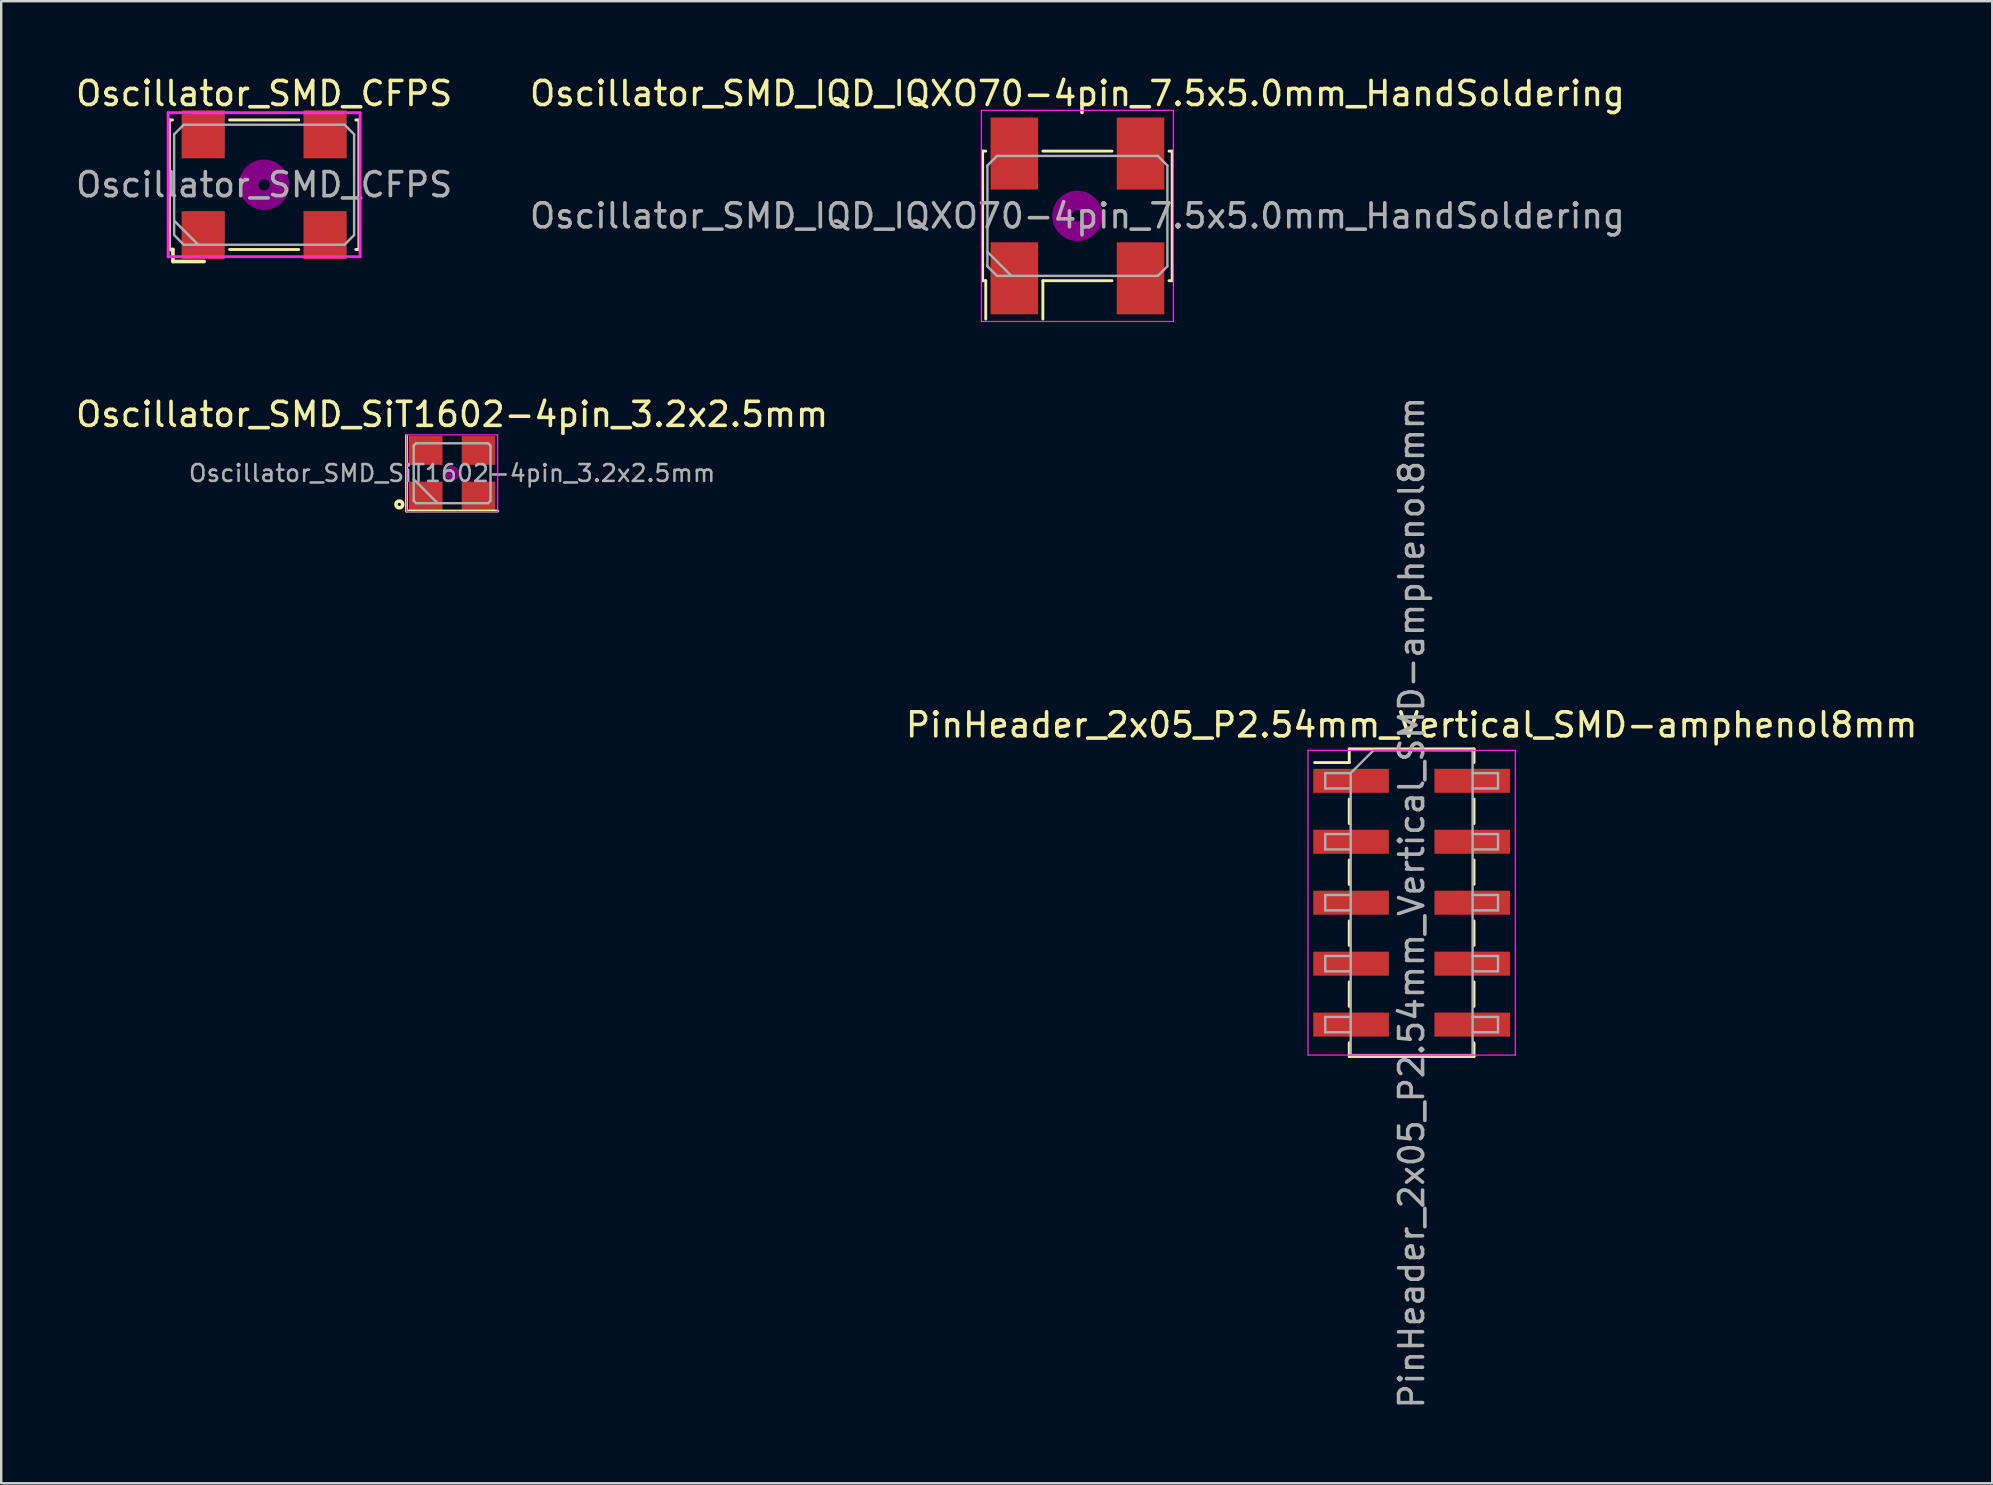
<source format=kicad_pcb>
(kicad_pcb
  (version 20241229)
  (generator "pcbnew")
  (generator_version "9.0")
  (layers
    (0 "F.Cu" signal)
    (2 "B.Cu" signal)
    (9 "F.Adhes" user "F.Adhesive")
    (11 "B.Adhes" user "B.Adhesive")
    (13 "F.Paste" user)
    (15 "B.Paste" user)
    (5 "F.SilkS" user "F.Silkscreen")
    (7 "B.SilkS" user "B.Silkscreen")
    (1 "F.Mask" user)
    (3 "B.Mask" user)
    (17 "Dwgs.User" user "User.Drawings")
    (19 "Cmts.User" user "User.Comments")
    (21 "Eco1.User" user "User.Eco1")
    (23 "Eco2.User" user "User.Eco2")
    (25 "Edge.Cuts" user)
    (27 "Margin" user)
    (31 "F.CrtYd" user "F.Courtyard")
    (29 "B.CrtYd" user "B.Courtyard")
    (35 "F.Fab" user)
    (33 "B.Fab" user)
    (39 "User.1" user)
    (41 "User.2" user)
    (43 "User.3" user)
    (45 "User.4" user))
  (footprint "PinHeader_2x05_P2.54mm_Vertical_SMD-amphenol8mm"
    (layer "F.Cu")
    (at 55.78 34.57)
    (property "Reference" "PinHeader_2x05_P2.54mm_Vertical_SMD-amphenol8mm" (at 0 -7.41 0) (layer "F.SilkS") (effects (font (size 1 1) (thickness 0.15))))
    (attr smd)
    (fp_line (start -4.04 -5.84) (end -2.6 -5.84) (stroke (width 0.12) (type solid)) (layer "F.SilkS"))
    (fp_line (start -2.6 -6.41) (end -2.6 -5.84) (stroke (width 0.12) (type solid)) (layer "F.SilkS"))
    (fp_line (start -2.6 -6.41) (end 2.6 -6.41) (stroke (width 0.12) (type solid)) (layer "F.SilkS"))
    (fp_line (start -2.6 -4.32) (end -2.6 -3.3) (stroke (width 0.12) (type solid)) (layer "F.SilkS"))
    (fp_line (start -2.6 -1.78) (end -2.6 -0.76) (stroke (width 0.12) (type solid)) (layer "F.SilkS"))
    (fp_line (start -2.6 0.76) (end -2.6 1.78) (stroke (width 0.12) (type solid)) (layer "F.SilkS"))
    (fp_line (start -2.6 3.3) (end -2.6 4.32) (stroke (width 0.12) (type solid)) (layer "F.SilkS"))
    (fp_line (start -2.6 5.84) (end -2.6 6.41) (stroke (width 0.12) (type solid)) (layer "F.SilkS"))
    (fp_line (start -2.6 6.41) (end 2.6 6.41) (stroke (width 0.12) (type solid)) (layer "F.SilkS"))
    (fp_line (start 2.6 -6.41) (end 2.6 -5.84) (stroke (width 0.12) (type solid)) (layer "F.SilkS"))
    (fp_line (start 2.6 -4.32) (end 2.6 -3.3) (stroke (width 0.12) (type solid)) (layer "F.SilkS"))
    (fp_line (start 2.6 -1.78) (end 2.6 -0.76) (stroke (width 0.12) (type solid)) (layer "F.SilkS"))
    (fp_line (start 2.6 0.76) (end 2.6 1.78) (stroke (width 0.12) (type solid)) (layer "F.SilkS"))
    (fp_line (start 2.6 3.3) (end 2.6 4.32) (stroke (width 0.12) (type solid)) (layer "F.SilkS"))
    (fp_line (start 2.6 5.84) (end 2.6 6.41) (stroke (width 0.12) (type solid)) (layer "F.SilkS"))
    (fp_line (start -4.318 -6.35) (end 4.318 -6.35) (stroke (width 0.05) (type solid)) (layer "F.CrtYd"))
    (fp_line (start -4.318 6.35) (end -4.318 -6.35) (stroke (width 0.05) (type solid)) (layer "F.CrtYd"))
    (fp_line (start 4.318 -6.35) (end 4.318 6.35) (stroke (width 0.05) (type solid)) (layer "F.CrtYd"))
    (fp_line (start 4.318 6.35) (end -4.318 6.35) (stroke (width 0.05) (type solid)) (layer "F.CrtYd"))
    (fp_line (start -3.6 -5.4) (end -3.6 -4.76) (stroke (width 0.1) (type solid)) (layer "F.Fab"))
    (fp_line (start -3.6 -4.76) (end -2.54 -4.76) (stroke (width 0.1) (type solid)) (layer "F.Fab"))
    (fp_line (start -3.6 -2.86) (end -3.6 -2.22) (stroke (width 0.1) (type solid)) (layer "F.Fab"))
    (fp_line (start -3.6 -2.22) (end -2.54 -2.22) (stroke (width 0.1) (type solid)) (layer "F.Fab"))
    (fp_line (start -3.6 -0.32) (end -3.6 0.32) (stroke (width 0.1) (type solid)) (layer "F.Fab"))
    (fp_line (start -3.6 0.32) (end -2.54 0.32) (stroke (width 0.1) (type solid)) (layer "F.Fab"))
    (fp_line (start -3.6 2.22) (end -3.6 2.86) (stroke (width 0.1) (type solid)) (layer "F.Fab"))
    (fp_line (start -3.6 2.86) (end -2.54 2.86) (stroke (width 0.1) (type solid)) (layer "F.Fab"))
    (fp_line (start -3.6 4.76) (end -3.6 5.4) (stroke (width 0.1) (type solid)) (layer "F.Fab"))
    (fp_line (start -3.6 5.4) (end -2.54 5.4) (stroke (width 0.1) (type solid)) (layer "F.Fab"))
    (fp_line (start -2.54 -5.4) (end -3.6 -5.4) (stroke (width 0.1) (type solid)) (layer "F.Fab"))
    (fp_line (start -2.54 -5.4) (end -1.59 -6.35) (stroke (width 0.1) (type solid)) (layer "F.Fab"))
    (fp_line (start -2.54 -2.86) (end -3.6 -2.86) (stroke (width 0.1) (type solid)) (layer "F.Fab"))
    (fp_line (start -2.54 -0.32) (end -3.6 -0.32) (stroke (width 0.1) (type solid)) (layer "F.Fab"))
    (fp_line (start -2.54 2.22) (end -3.6 2.22) (stroke (width 0.1) (type solid)) (layer "F.Fab"))
    (fp_line (start -2.54 4.76) (end -3.6 4.76) (stroke (width 0.1) (type solid)) (layer "F.Fab"))
    (fp_line (start -2.54 6.35) (end -2.54 -5.4) (stroke (width 0.1) (type solid)) (layer "F.Fab"))
    (fp_line (start -1.59 -6.35) (end 2.54 -6.35) (stroke (width 0.1) (type solid)) (layer "F.Fab"))
    (fp_line (start 2.54 -6.35) (end 2.54 6.35) (stroke (width 0.1) (type solid)) (layer "F.Fab"))
    (fp_line (start 2.54 -5.4) (end 3.6 -5.4) (stroke (width 0.1) (type solid)) (layer "F.Fab"))
    (fp_line (start 2.54 -2.86) (end 3.6 -2.86) (stroke (width 0.1) (type solid)) (layer "F.Fab"))
    (fp_line (start 2.54 -0.32) (end 3.6 -0.32) (stroke (width 0.1) (type solid)) (layer "F.Fab"))
    (fp_line (start 2.54 2.22) (end 3.6 2.22) (stroke (width 0.1) (type solid)) (layer "F.Fab"))
    (fp_line (start 2.54 4.76) (end 3.6 4.76) (stroke (width 0.1) (type solid)) (layer "F.Fab"))
    (fp_line (start 2.54 6.35) (end -2.54 6.35) (stroke (width 0.1) (type solid)) (layer "F.Fab"))
    (fp_line (start 3.6 -5.4) (end 3.6 -4.76) (stroke (width 0.1) (type solid)) (layer "F.Fab"))
    (fp_line (start 3.6 -4.76) (end 2.54 -4.76) (stroke (width 0.1) (type solid)) (layer "F.Fab"))
    (fp_line (start 3.6 -2.86) (end 3.6 -2.22) (stroke (width 0.1) (type solid)) (layer "F.Fab"))
    (fp_line (start 3.6 -2.22) (end 2.54 -2.22) (stroke (width 0.1) (type solid)) (layer "F.Fab"))
    (fp_line (start 3.6 -0.32) (end 3.6 0.32) (stroke (width 0.1) (type solid)) (layer "F.Fab"))
    (fp_line (start 3.6 0.32) (end 2.54 0.32) (stroke (width 0.1) (type solid)) (layer "F.Fab"))
    (fp_line (start 3.6 2.22) (end 3.6 2.86) (stroke (width 0.1) (type solid)) (layer "F.Fab"))
    (fp_line (start 3.6 2.86) (end 2.54 2.86) (stroke (width 0.1) (type solid)) (layer "F.Fab"))
    (fp_line (start 3.6 4.76) (end 3.6 5.4) (stroke (width 0.1) (type solid)) (layer "F.Fab"))
    (fp_line (start 3.6 5.4) (end 2.54 5.4) (stroke (width 0.1) (type solid)) (layer "F.Fab"))
    (fp_text user "${REFERENCE}" (at 0 0 90) (layer "F.Fab") (effects (font (size 1 1) (thickness 0.15))))
    (pad "1" smd rect (at -2.525 -5.08) (size 3.15 1) (layers "F.Cu" "F.Mask" "F.Paste"))
    (pad "2" smd rect (at 2.525 -5.08) (size 3.15 1) (layers "F.Cu" "F.Mask" "F.Paste"))
    (pad "3" smd rect (at -2.525 -2.54) (size 3.15 1) (layers "F.Cu" "F.Mask" "F.Paste"))
    (pad "4" smd rect (at 2.525 -2.54) (size 3.15 1) (layers "F.Cu" "F.Mask" "F.Paste"))
    (pad "5" smd rect (at -2.525 0) (size 3.15 1) (layers "F.Cu" "F.Mask" "F.Paste"))
    (pad "6" smd rect (at 2.525 0) (size 3.15 1) (layers "F.Cu" "F.Mask" "F.Paste"))
    (pad "7" smd rect (at -2.525 2.54) (size 3.15 1) (layers "F.Cu" "F.Mask" "F.Paste"))
    (pad "8" smd rect (at 2.525 2.54) (size 3.15 1) (layers "F.Cu" "F.Mask" "F.Paste"))
    (pad "9" smd rect (at -2.525 5.08) (size 3.15 1) (layers "F.Cu" "F.Mask" "F.Paste"))
    (pad "10" smd rect (at 2.525 5.08) (size 3.15 1) (layers "F.Cu" "F.Mask" "F.Paste")))
  (footprint "Oscillator_SMD_CFPS"
    (layer "F.Cu")
    (at 7.958 4.648)
    (property "Reference" "Oscillator_SMD_CFPS" (at 0 -3.8 0) (layer "F.SilkS") (effects (font (size 1 1) (thickness 0.15))))
    (attr smd)
    (fp_line (start -3.95 -2.7) (end -3.82 -2.7) (stroke (width 0.12) (type solid)) (layer "F.SilkS"))
    (fp_line (start -3.95 2.7) (end -3.95 -2.7) (stroke (width 0.12) (type solid)) (layer "F.SilkS"))
    (fp_line (start -3.95 2.7) (end -3.8 2.7) (stroke (width 0.15) (type solid)) (layer "F.SilkS"))
    (fp_line (start -3.8 2.7) (end -3.8 3.2) (stroke (width 0.15) (type solid)) (layer "F.SilkS"))
    (fp_line (start -3.8 3.2) (end -2.5 3.2) (stroke (width 0.15) (type solid)) (layer "F.SilkS"))
    (fp_line (start -1.44 -2.7) (end 1.44 -2.7) (stroke (width 0.12) (type solid)) (layer "F.SilkS"))
    (fp_line (start 1.44 2.7) (end -1.44 2.7) (stroke (width 0.12) (type solid)) (layer "F.SilkS"))
    (fp_line (start 3.82 -2.7) (end 3.95 -2.7) (stroke (width 0.12) (type solid)) (layer "F.SilkS"))
    (fp_line (start 3.95 -2.7) (end 3.95 2.7) (stroke (width 0.12) (type solid)) (layer "F.SilkS"))
    (fp_line (start 3.95 2.7) (end 3.82 2.7) (stroke (width 0.12) (type solid)) (layer "F.SilkS"))
    (fp_circle (center 0 0) (end 0.233 0) (stroke (width 0.467) (type solid)) (fill no) (layer "F.Adhes"))
    (fp_circle (center 0 0) (end 0.533 0) (stroke (width 0.333) (type solid)) (fill no) (layer "F.Adhes"))
    (fp_circle (center 0 0) (end 0.833 0) (stroke (width 0.333) (type solid)) (fill no) (layer "F.Adhes"))
    (fp_circle (center 0 0) (end 1 0) (stroke (width 0.1) (type solid)) (fill no) (layer "F.Adhes"))
    (fp_line (start -4 -3) (end 4 -3) (stroke (width 0.12) (type solid)) (layer "F.CrtYd"))
    (fp_line (start -4 3) (end -4 -3) (stroke (width 0.12) (type solid)) (layer "F.CrtYd"))
    (fp_line (start 4 -3) (end 4 3) (stroke (width 0.12) (type solid)) (layer "F.CrtYd"))
    (fp_line (start 4 3) (end -4 3) (stroke (width 0.12) (type solid)) (layer "F.CrtYd"))
    (fp_line (start -3.75 -2.1) (end -3.35 -2.5) (stroke (width 0.1) (type solid)) (layer "F.Fab"))
    (fp_line (start -3.75 1.5) (end -2.75 2.5) (stroke (width 0.1) (type solid)) (layer "F.Fab"))
    (fp_line (start -3.75 2.1) (end -3.75 -2.1) (stroke (width 0.1) (type solid)) (layer "F.Fab"))
    (fp_line (start -3.35 -2.5) (end 3.35 -2.5) (stroke (width 0.1) (type solid)) (layer "F.Fab"))
    (fp_line (start -3.35 2.5) (end -3.75 2.1) (stroke (width 0.1) (type solid)) (layer "F.Fab"))
    (fp_line (start 3.35 -2.5) (end 3.75 -2.1) (stroke (width 0.1) (type solid)) (layer "F.Fab"))
    (fp_line (start 3.35 2.5) (end -3.35 2.5) (stroke (width 0.1) (type solid)) (layer "F.Fab"))
    (fp_line (start 3.75 -2.1) (end 3.75 2.1) (stroke (width 0.1) (type solid)) (layer "F.Fab"))
    (fp_line (start 3.75 2.1) (end 3.35 2.5) (stroke (width 0.1) (type solid)) (layer "F.Fab"))
    (fp_text user "${REFERENCE}" (at 0 0 0) (layer "F.Fab") (effects (font (size 1 1) (thickness 0.15))))
    (pad "1" smd rect (at -2.54 2.1) (size 1.8 2) (layers "F.Cu" "F.Mask" "F.Paste"))
    (pad "2" smd rect (at 2.54 2.1) (size 1.8 2) (layers "F.Cu" "F.Mask" "F.Paste"))
    (pad "3" smd rect (at 2.54 -2.1) (size 1.8 2) (layers "F.Cu" "F.Mask" "F.Paste"))
    (pad "4" smd rect (at -2.54 -2.1) (size 1.8 2) (layers "F.Cu" "F.Mask" "F.Paste")))
  (footprint "Oscillator_SMD_SiT1602-4pin_3.2x2.5mm"
    (layer "F.Cu")
    (at 15.792 16.672)
    (property "Reference" "Oscillator_SMD_SiT1602-4pin_3.2x2.5mm" (at 0 -2.45 0) (layer "F.SilkS") (effects (font (size 1 1) (thickness 0.15))))
    (attr smd)
    (fp_line (start -1.9 -1.575) (end -1.9 1.575) (stroke (width 0.12) (type solid)) (layer "F.SilkS"))
    (fp_line (start -1.9 1.575) (end 1.9 1.575) (stroke (width 0.12) (type solid)) (layer "F.SilkS"))
    (fp_circle (center -2.2 1.3) (end -2.1 1.4) (stroke (width 0.15) (type solid)) (fill no) (layer "F.SilkS"))
    (fp_circle (center 0 0) (end 0.058 0) (stroke (width 0.117) (type solid)) (fill no) (layer "F.Adhes"))
    (fp_circle (center 0 0) (end 0.133 0) (stroke (width 0.083) (type solid)) (fill no) (layer "F.Adhes"))
    (fp_circle (center 0 0) (end 0.208 0) (stroke (width 0.083) (type solid)) (fill no) (layer "F.Adhes"))
    (fp_circle (center 0 0) (end 0.25 0) (stroke (width 0.1) (type solid)) (fill no) (layer "F.Adhes"))
    (fp_line (start -1.9 -1.6) (end 1.9 -1.6) (stroke (width 0.05) (type solid)) (layer "F.CrtYd"))
    (fp_line (start -1.9 1.6) (end -1.9 -1.6) (stroke (width 0.05) (type solid)) (layer "F.CrtYd"))
    (fp_line (start 1.9 -1.6) (end 1.9 1.6) (stroke (width 0.05) (type solid)) (layer "F.CrtYd"))
    (fp_line (start 1.9 1.6) (end -1.9 1.6) (stroke (width 0.05) (type solid)) (layer "F.CrtYd"))
    (fp_line (start -1.6 -1.15) (end -1.5 -1.25) (stroke (width 0.1) (type solid)) (layer "F.Fab"))
    (fp_line (start -1.6 0.25) (end -0.6 1.25) (stroke (width 0.1) (type solid)) (layer "F.Fab"))
    (fp_line (start -1.6 1.15) (end -1.6 -1.15) (stroke (width 0.1) (type solid)) (layer "F.Fab"))
    (fp_line (start -1.5 -1.25) (end 1.5 -1.25) (stroke (width 0.1) (type solid)) (layer "F.Fab"))
    (fp_line (start -1.5 1.25) (end -1.6 1.15) (stroke (width 0.1) (type solid)) (layer "F.Fab"))
    (fp_line (start 1.5 -1.25) (end 1.6 -1.15) (stroke (width 0.1) (type solid)) (layer "F.Fab"))
    (fp_line (start 1.5 1.25) (end -1.5 1.25) (stroke (width 0.1) (type solid)) (layer "F.Fab"))
    (fp_line (start 1.6 -1.15) (end 1.6 1.15) (stroke (width 0.1) (type solid)) (layer "F.Fab"))
    (fp_line (start 1.6 1.15) (end 1.5 1.25) (stroke (width 0.1) (type solid)) (layer "F.Fab"))
    (fp_text user "${REFERENCE}" (at 0 0 0) (layer "F.Fab") (effects (font (size 0.7 0.7) (thickness 0.105))))
    (pad "1" smd rect (at -1.1 0.95) (size 1.4 1.2) (layers "F.Cu" "F.Mask" "F.Paste"))
    (pad "2" smd rect (at 1.1 0.95) (size 1.4 1.2) (layers "F.Cu" "F.Mask" "F.Paste"))
    (pad "3" smd rect (at 1.1 -0.95) (size 1.4 1.2) (layers "F.Cu" "F.Mask" "F.Paste"))
    (pad "4" smd rect (at -1.1 -0.95) (size 1.4 1.2) (layers "F.Cu" "F.Mask" "F.Paste")))
  (footprint "Oscillator_SMD_IQD_IQXO70-4pin_7.5x5.0mm_HandSoldering"
    (layer "F.Cu")
    (at 41.851 5.948)
    (property "Reference" "Oscillator_SMD_IQD_IQXO70-4pin_7.5x5.0mm_HandSoldering" (at 0 -5.1 0) (layer "F.SilkS") (effects (font (size 1 1) (thickness 0.15))))
    (attr smd)
    (fp_line (start -3.95 -2.7) (end -3.82 -2.7) (stroke (width 0.12) (type solid)) (layer "F.SilkS"))
    (fp_line (start -3.95 2.7) (end -3.95 -2.7) (stroke (width 0.12) (type solid)) (layer "F.SilkS"))
    (fp_line (start -3.82 2.7) (end -3.95 2.7) (stroke (width 0.12) (type solid)) (layer "F.SilkS"))
    (fp_line (start -3.82 4.3) (end -3.82 2.7) (stroke (width 0.12) (type solid)) (layer "F.SilkS"))
    (fp_line (start -1.44 -2.7) (end 1.44 -2.7) (stroke (width 0.12) (type solid)) (layer "F.SilkS"))
    (fp_line (start -1.44 2.7) (end -1.44 4.3) (stroke (width 0.12) (type solid)) (layer "F.SilkS"))
    (fp_line (start 1.44 2.7) (end -1.44 2.7) (stroke (width 0.12) (type solid)) (layer "F.SilkS"))
    (fp_line (start 3.82 -2.7) (end 3.95 -2.7) (stroke (width 0.12) (type solid)) (layer "F.SilkS"))
    (fp_line (start 3.95 -2.7) (end 3.95 2.7) (stroke (width 0.12) (type solid)) (layer "F.SilkS"))
    (fp_line (start 3.95 2.7) (end 3.82 2.7) (stroke (width 0.12) (type solid)) (layer "F.SilkS"))
    (fp_circle (center 0 0) (end 0.233 0) (stroke (width 0.467) (type solid)) (fill no) (layer "F.Adhes"))
    (fp_circle (center 0 0) (end 0.533 0) (stroke (width 0.333) (type solid)) (fill no) (layer "F.Adhes"))
    (fp_circle (center 0 0) (end 0.833 0) (stroke (width 0.333) (type solid)) (fill no) (layer "F.Adhes"))
    (fp_circle (center 0 0) (end 1 0) (stroke (width 0.1) (type solid)) (fill no) (layer "F.Adhes"))
    (fp_line (start -4 -4.4) (end -4 4.4) (stroke (width 0.05) (type solid)) (layer "F.CrtYd"))
    (fp_line (start -4 4.4) (end 4 4.4) (stroke (width 0.05) (type solid)) (layer "F.CrtYd"))
    (fp_line (start 4 -4.4) (end -4 -4.4) (stroke (width 0.05) (type solid)) (layer "F.CrtYd"))
    (fp_line (start 4 4.4) (end 4 -4.4) (stroke (width 0.05) (type solid)) (layer "F.CrtYd"))
    (fp_line (start -3.75 -2.1) (end -3.35 -2.5) (stroke (width 0.1) (type solid)) (layer "F.Fab"))
    (fp_line (start -3.75 1.5) (end -2.75 2.5) (stroke (width 0.1) (type solid)) (layer "F.Fab"))
    (fp_line (start -3.75 2.1) (end -3.75 -2.1) (stroke (width 0.1) (type solid)) (layer "F.Fab"))
    (fp_line (start -3.35 -2.5) (end 3.35 -2.5) (stroke (width 0.1) (type solid)) (layer "F.Fab"))
    (fp_line (start -3.35 2.5) (end -3.75 2.1) (stroke (width 0.1) (type solid)) (layer "F.Fab"))
    (fp_line (start 3.35 -2.5) (end 3.75 -2.1) (stroke (width 0.1) (type solid)) (layer "F.Fab"))
    (fp_line (start 3.35 2.5) (end -3.35 2.5) (stroke (width 0.1) (type solid)) (layer "F.Fab"))
    (fp_line (start 3.75 -2.1) (end 3.75 2.1) (stroke (width 0.1) (type solid)) (layer "F.Fab"))
    (fp_line (start 3.75 2.1) (end 3.35 2.5) (stroke (width 0.1) (type solid)) (layer "F.Fab"))
    (fp_text user "${REFERENCE}" (at 0 0 0) (layer "F.Fab") (effects (font (size 1 1) (thickness 0.15))))
    (pad "1" smd rect (at -2.63 2.6) (size 1.98 3) (layers "F.Cu" "F.Mask" "F.Paste"))
    (pad "2" smd rect (at 2.63 2.6) (size 1.98 3) (layers "F.Cu" "F.Mask" "F.Paste"))
    (pad "3" smd rect (at 2.63 -2.6) (size 1.98 3) (layers "F.Cu" "F.Mask" "F.Paste"))
    (pad "4" smd rect (at -2.63 -2.6) (size 1.98 3) (layers "F.Cu" "F.Mask" "F.Paste")))
  (gr_rect
    (start -3 -3)
    (end 79.976 58.766)
    (stroke (width 0.1) (type default))
    (fill no)
    (layer "Edge.Cuts")))
</source>
